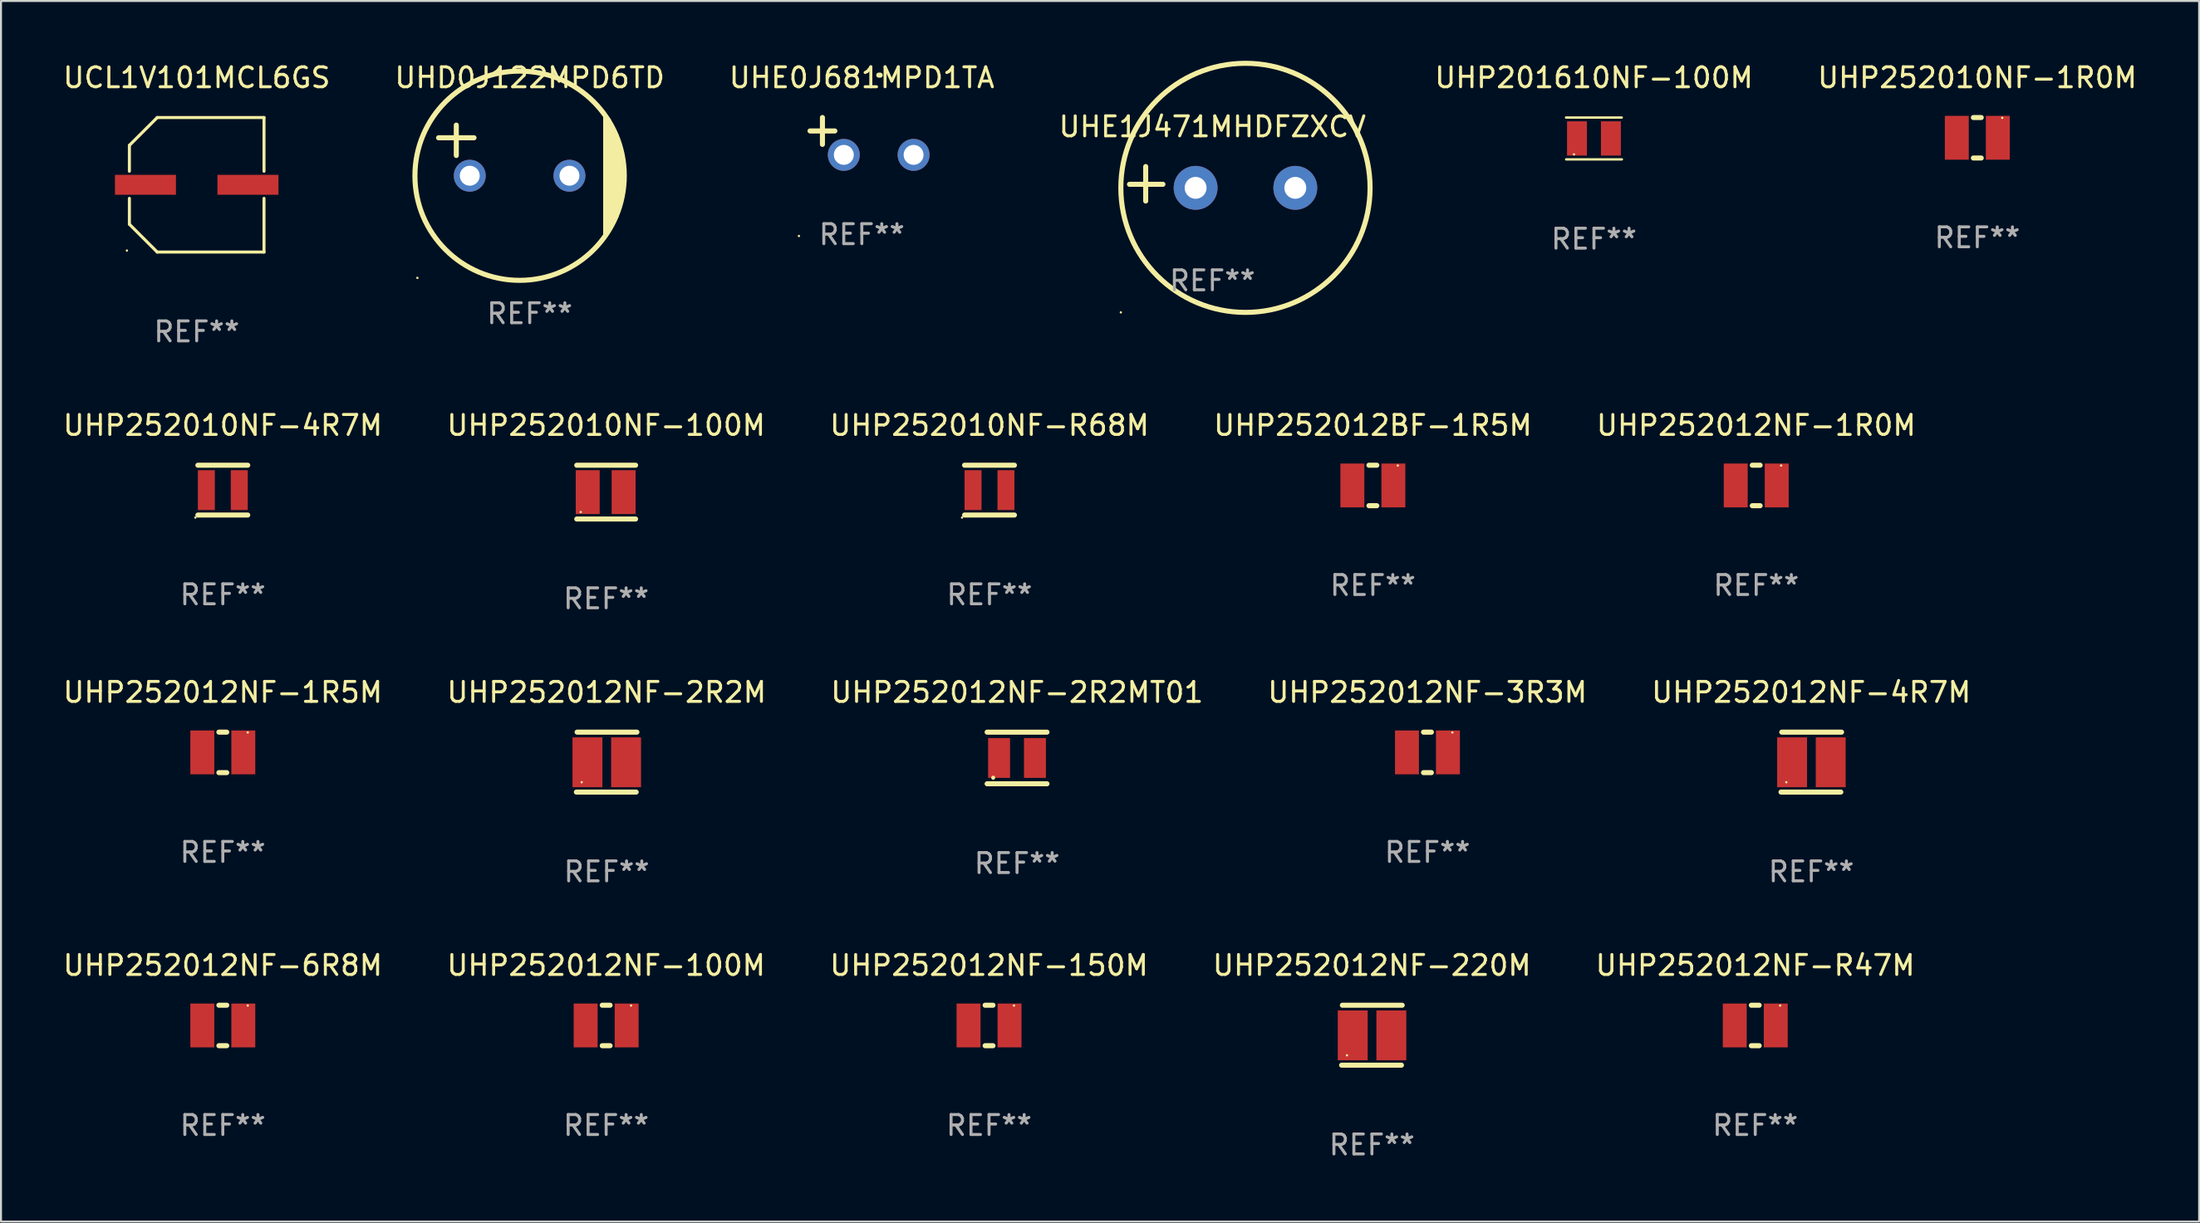
<source format=kicad_pcb>
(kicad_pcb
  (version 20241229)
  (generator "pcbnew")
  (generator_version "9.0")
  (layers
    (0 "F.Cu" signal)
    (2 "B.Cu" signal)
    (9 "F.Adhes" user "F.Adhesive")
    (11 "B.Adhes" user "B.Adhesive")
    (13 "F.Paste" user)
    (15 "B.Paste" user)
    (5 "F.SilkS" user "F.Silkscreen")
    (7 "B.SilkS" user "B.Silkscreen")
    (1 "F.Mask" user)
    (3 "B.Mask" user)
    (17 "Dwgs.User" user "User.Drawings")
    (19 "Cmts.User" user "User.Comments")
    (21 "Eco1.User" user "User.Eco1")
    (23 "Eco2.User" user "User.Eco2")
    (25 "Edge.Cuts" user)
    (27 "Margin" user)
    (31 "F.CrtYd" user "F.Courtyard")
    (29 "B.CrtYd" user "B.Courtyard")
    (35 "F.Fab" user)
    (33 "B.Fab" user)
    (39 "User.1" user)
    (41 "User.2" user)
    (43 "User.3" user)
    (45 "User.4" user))
  (footprint "UHP252012NF-1R5M"
    (layer "F.Cu")
    (at 8.125 34.709)
    (property "Reference" "UHP252012NF-1R5M" (at 0 -3.016 0) (layer "F.SilkS") (effects (font (size 1 1) (thickness 0.15))))
    (attr through_hole)
    (fp_line (start -0.197 1.016) (end 0.197 1.016) (stroke (width 0.254) (type solid)) (layer "F.SilkS"))
    (fp_line (start 0.197 -1.016) (end -0.197 -1.016) (stroke (width 0.254) (type solid)) (layer "F.SilkS"))
    (fp_circle (center 1.25 -1) (end 1.28 -1) (stroke (width 0.06) (type solid)) (fill no) (layer "F.SilkS"))
    (fp_text user "REF**" (at 0 5.016 0) (layer "F.Fab") (effects (font (size 1 1) (thickness 0.15))))
    (pad "1" smd rect (at 1.028 0) (size 1.2 2.2) (layers "F.Cu" "F.Mask" "F.Paste"))
    (pad "2" smd rect (at -1.028 0) (size 1.2 2.2) (layers "F.Cu" "F.Mask" "F.Paste")))
  (footprint "UHP252010NF-4R7M"
    (layer "F.Cu")
    (at 8.125 21.547)
    (property "Reference" "UHP252010NF-4R7M" (at 0 -3.25 0) (layer "F.SilkS") (effects (font (size 1 1) (thickness 0.15))))
    (attr through_hole)
    (fp_line (start -1.25 -1.25) (end 1.25 -1.25) (stroke (width 0.254) (type solid)) (layer "F.SilkS"))
    (fp_line (start -1.25 1.25) (end 1.25 1.25) (stroke (width 0.254) (type solid)) (layer "F.SilkS"))
    (fp_circle (center -1.377 1.377) (end -1.347 1.377) (stroke (width 0.06) (type solid)) (fill no) (layer "F.SilkS"))
    (fp_text user "REF**" (at 0 5.25 0) (layer "F.Fab") (effects (font (size 1 1) (thickness 0.15))))
    (pad "1" smd rect (at -0.825 0) (size 0.85 2) (layers "F.Cu" "F.Mask" "F.Paste"))
    (pad "2" smd rect (at 0.825 0) (size 0.85 2) (layers "F.Cu" "F.Mask" "F.Paste")))
  (footprint "UHP252010NF-100M"
    (layer "F.Cu")
    (at 27.351 21.647)
    (property "Reference" "UHP252010NF-100M" (at 0 -3.35 0) (layer "F.SilkS") (effects (font (size 1 1) (thickness 0.15))))
    (attr through_hole)
    (fp_line (start -1.475 1.35) (end 1.475 1.35) (stroke (width 0.254) (type solid)) (layer "F.SilkS"))
    (fp_line (start 1.475 -1.35) (end -1.474 -1.35) (stroke (width 0.254) (type solid)) (layer "F.SilkS"))
    (fp_circle (center -1.275 1) (end -1.245 1) (stroke (width 0.06) (type solid)) (fill no) (layer "F.SilkS"))
    (fp_text user "REF**" (at 0 5.35 0) (layer "F.Fab") (effects (font (size 1 1) (thickness 0.15))))
    (pad "1" smd rect (at -0.925 -0.000178) (size 1.2 2.2) (layers "F.Cu" "F.Mask" "F.Paste"))
    (pad "2" smd rect (at 0.875 -0.000178) (size 1.2 2.2) (layers "F.Cu" "F.Mask" "F.Paste")))
  (footprint "UHP252012NF-6R8M"
    (layer "F.Cu")
    (at 8.125 48.414)
    (property "Reference" "UHP252012NF-6R8M" (at 0 -3.016 0) (layer "F.SilkS") (effects (font (size 1 1) (thickness 0.15))))
    (attr through_hole)
    (fp_line (start -0.197 1.016) (end 0.197 1.016) (stroke (width 0.254) (type solid)) (layer "F.SilkS"))
    (fp_line (start 0.197 -1.016) (end -0.197 -1.016) (stroke (width 0.254) (type solid)) (layer "F.SilkS"))
    (fp_circle (center 1.25 -1) (end 1.28 -1) (stroke (width 0.06) (type solid)) (fill no) (layer "F.SilkS"))
    (fp_text user "REF**" (at 0 5.016 0) (layer "F.Fab") (effects (font (size 1 1) (thickness 0.15))))
    (pad "1" smd rect (at 1.028 0) (size 1.2 2.2) (layers "F.Cu" "F.Mask" "F.Paste"))
    (pad "2" smd rect (at -1.028 0) (size 1.2 2.2) (layers "F.Cu" "F.Mask" "F.Paste")))
  (footprint "UHE1J471MHDFZXCV"
    (layer "F.Cu")
    (at 57.756 6.174)
    (property "Reference" "UHE1J471MHDFZXCV" (at 0 -2.864 0) (layer "F.SilkS") (effects (font (size 1 1) (thickness 0.15))))
    (attr through_hole)
    (fp_line (start -3.346 0.864) (end -3.346 -0.864) (stroke (width 0.254) (type solid)) (layer "F.SilkS"))
    (fp_line (start -2.482 0.025) (end -4.158 0.025) (stroke (width 0.254) (type solid)) (layer "F.SilkS"))
    (fp_circle (center -4.592 6.453) (end -4.562 6.453) (stroke (width 0.06) (type solid)) (fill no) (layer "F.SilkS"))
    (fp_circle (center 1.658 0.203) (end 7.908 0.203) (stroke (width 0.254) (type solid)) (fill no) (layer "F.SilkS"))
    (fp_text user "REF**" (at 0 4.864 0) (layer "F.Fab") (effects (font (size 1 1) (thickness 0.15))))
    (pad "1" thru_hole circle (at -0.842 0.203) (size 2.2 2.2) (drill 1.1) (layers "*.Cu" "*.Mask"))
    (pad "2" thru_hole circle (at 4.158 0.203) (size 2.2 2.2) (drill 1.1) (layers "*.Cu" "*.Mask")))
  (footprint "UHP252010NF-1R0M"
    (layer "F.Cu")
    (at 96.119 3.864)
    (property "Reference" "UHP252010NF-1R0M" (at 0 -3.016 0) (layer "F.SilkS") (effects (font (size 1 1) (thickness 0.15))))
    (attr through_hole)
    (fp_line (start -0.197 1.016) (end 0.197 1.016) (stroke (width 0.254) (type solid)) (layer "F.SilkS"))
    (fp_line (start 0.197 -1.016) (end -0.197 -1.016) (stroke (width 0.254) (type solid)) (layer "F.SilkS"))
    (fp_circle (center 1.25 -1) (end 1.28 -1) (stroke (width 0.06) (type solid)) (fill no) (layer "F.SilkS"))
    (fp_text user "REF**" (at 0 5.016 0) (layer "F.Fab") (effects (font (size 1 1) (thickness 0.15))))
    (pad "1" smd rect (at 1.028 0) (size 1.2 2.2) (layers "F.Cu" "F.Mask" "F.Paste"))
    (pad "2" smd rect (at -1.028 0) (size 1.2 2.2) (layers "F.Cu" "F.Mask" "F.Paste")))
  (footprint "UHP252012NF-2R2MT01"
    (layer "F.Cu")
    (at 47.958 34.989)
    (property "Reference" "UHP252012NF-2R2MT01" (at 0 -3.295 0) (layer "F.SilkS") (effects (font (size 1 1) (thickness 0.15))))
    (attr through_hole)
    (fp_line (start -1.5 -1.295) (end 1.5 -1.295) (stroke (width 0.254) (type solid)) (layer "F.SilkS"))
    (fp_line (start -1.5 1.295) (end 1.5 1.295) (stroke (width 0.254) (type solid)) (layer "F.SilkS"))
    (fp_circle (center -1.196 0.991) (end -1.146 0.991) (stroke (width 0.1) (type solid)) (fill no) (layer "F.SilkS"))
    (fp_text user "REF**" (at 0 5.295 0) (layer "F.Fab") (effects (font (size 1 1) (thickness 0.15))))
    (pad "1" smd rect (at -0.901 0) (size 1.1 2) (layers "F.Cu" "F.Mask" "F.Paste"))
    (pad "2" smd rect (at 0.898 0) (size 1.1 2) (layers "F.Cu" "F.Mask" "F.Paste")))
  (footprint "UHP252012NF-220M"
    (layer "F.Cu")
    (at 65.756 48.902)
    (property "Reference" "UHP252012NF-220M" (at 0 -3.504 0) (layer "F.SilkS") (effects (font (size 1 1) (thickness 0.15))))
    (attr through_hole)
    (fp_line (start -1.519 1.504) (end 1.481 1.504) (stroke (width 0.254) (type solid)) (layer "F.SilkS"))
    (fp_line (start -1.481 -1.504) (end 1.519 -1.504) (stroke (width 0.254) (type solid)) (layer "F.SilkS"))
    (fp_circle (center -1.252 1.009) (end -1.222 1.009) (stroke (width 0.06) (type solid)) (fill no) (layer "F.SilkS"))
    (fp_text user "REF**" (at 0 5.504 0) (layer "F.Fab") (effects (font (size 1 1) (thickness 0.15))))
    (pad "1" smd rect (at -0.962 0.009) (size 1.5 2.5) (layers "F.Cu" "F.Mask" "F.Paste"))
    (pad "2" smd rect (at 0.975 0.009) (size 1.5 2.5) (layers "F.Cu" "F.Mask" "F.Paste")))
  (footprint "UHE0J681MPD1TA"
    (layer "F.Cu")
    (at 40.173 3.785)
    (property "Reference" "UHE0J681MPD1TA" (at 0 -2.937 0) (layer "F.SilkS") (effects (font (size 1 1) (thickness 0.15))))
    (attr through_hole)
    (fp_line (start -1.975 0.41) (end -1.975 -0.937) (stroke (width 0.254) (type solid)) (layer "F.SilkS"))
    (fp_line (start -1.353 -0.263) (end -2.597 -0.263) (stroke (width 0.254) (type solid)) (layer "F.SilkS"))
    (fp_arc (start 0.849809 -3.063957) (mid 0.885369 -3.064114) (end 0.920929 -3.063957) (stroke (width 0.254001) (type solid)) (layer "F.SilkS"))
    (fp_circle (center -3.154 5.008) (end -3.124 5.008) (stroke (width 0.06) (type solid)) (fill no) (layer "F.SilkS"))
    (fp_text user "REF**" (at 0 4.937 0) (layer "F.Fab") (effects (font (size 1 1) (thickness 0.15))))
    (pad "1" thru_hole circle (at -0.903 0.937) (size 1.6 1.6) (drill 1) (layers "*.Cu" "*.Mask"))
    (pad "2" thru_hole circle (at 2.597 0.937) (size 1.6 1.6) (drill 1) (layers "*.Cu" "*.Mask")))
  (footprint "UHP252012NF-4R7M"
    (layer "F.Cu")
    (at 87.792 35.197)
    (property "Reference" "UHP252012NF-4R7M" (at 0 -3.504 0) (layer "F.SilkS") (effects (font (size 1 1) (thickness 0.15))))
    (attr through_hole)
    (fp_line (start -1.519 1.504) (end 1.481 1.504) (stroke (width 0.254) (type solid)) (layer "F.SilkS"))
    (fp_line (start -1.481 -1.504) (end 1.519 -1.504) (stroke (width 0.254) (type solid)) (layer "F.SilkS"))
    (fp_circle (center -1.252 1.009) (end -1.222 1.009) (stroke (width 0.06) (type solid)) (fill no) (layer "F.SilkS"))
    (fp_text user "REF**" (at 0 5.504 0) (layer "F.Fab") (effects (font (size 1 1) (thickness 0.15))))
    (pad "1" smd rect (at -0.962 0.009) (size 1.5 2.5) (layers "F.Cu" "F.Mask" "F.Paste"))
    (pad "2" smd rect (at 0.975 0.009) (size 1.5 2.5) (layers "F.Cu" "F.Mask" "F.Paste")))
  (footprint "UCL1V101MCL6GS"
    (layer "F.Cu")
    (at 6.815 6.224)
    (property "Reference" "UCL1V101MCL6GS" (at 0 -5.376 0) (layer "F.SilkS") (effects (font (size 1 1) (thickness 0.15))))
    (attr through_hole)
    (fp_line (start -3.376 -1.98) (end -3.376 -0.68) (stroke (width 0.152) (type solid)) (layer "F.SilkS"))
    (fp_line (start -3.376 -1.98) (end -1.98 -3.376) (stroke (width 0.152) (type solid)) (layer "F.SilkS"))
    (fp_line (start -3.376 0.68) (end -3.376 1.98) (stroke (width 0.152) (type solid)) (layer "F.SilkS"))
    (fp_line (start -3.376 1.98) (end -1.98 3.376) (stroke (width 0.152) (type solid)) (layer "F.SilkS"))
    (fp_line (start -1.98 -3.376) (end 3.376 -3.376) (stroke (width 0.152) (type solid)) (layer "F.SilkS"))
    (fp_line (start -1.98 3.376) (end 3.376 3.376) (stroke (width 0.152) (type solid)) (layer "F.SilkS"))
    (fp_line (start 3.376 -3.376) (end 3.376 -0.68) (stroke (width 0.152) (type solid)) (layer "F.SilkS"))
    (fp_line (start 3.376 0.68) (end 3.376 3.376) (stroke (width 0.152) (type solid)) (layer "F.SilkS"))
    (fp_circle (center -3.501 3.3) (end -3.471 3.3) (stroke (width 0.06) (type solid)) (fill no) (layer "F.SilkS"))
    (fp_text user "REF**" (at 0 7.376 0) (layer "F.Fab") (effects (font (size 1 1) (thickness 0.15))))
    (pad "1" smd rect (at -2.57 0.000013) (size 3.06 1) (layers "F.Cu" "F.Mask" "F.Paste"))
    (pad "2" smd rect (at 2.57 0.000013) (size 3.06 1) (layers "F.Cu" "F.Mask" "F.Paste")))
  (footprint "UHP201610NF-100M"
    (layer "F.Cu")
    (at 76.892 3.898)
    (property "Reference" "UHP201610NF-100M" (at 0 -3.05 0) (layer "F.SilkS") (effects (font (size 1 1) (thickness 0.15))))
    (attr through_hole)
    (fp_line (start -1.4 -1.05) (end 1.394 -1.05) (stroke (width 0.12) (type solid)) (layer "F.SilkS"))
    (fp_line (start 1.4 1.05) (end -1.394 1.05) (stroke (width 0.12) (type solid)) (layer "F.SilkS"))
    (fp_circle (center -1 0.8) (end -0.97 0.8) (stroke (width 0.06) (type solid)) (fill no) (layer "F.SilkS"))
    (fp_text user "REF**" (at 0 5.05 0) (layer "F.Fab") (effects (font (size 1 1) (thickness 0.15))))
    (pad "1" smd rect (at -0.85 0.000013) (size 1 1.72) (layers "F.Cu" "F.Mask" "F.Paste"))
    (pad "2" smd rect (at 0.85 0.000013) (size 1 1.72) (layers "F.Cu" "F.Mask" "F.Paste")))
  (footprint "UHD0J122MPD6TD"
    (layer "F.Cu")
    (at 23.518 5.769)
    (property "Reference" "UHD0J122MPD6TD" (at 0 -4.921 0) (layer "F.SilkS") (effects (font (size 1 1) (thickness 0.15))))
    (attr through_hole)
    (fp_line (start -4.572 -1.905) (end -2.794 -1.905) (stroke (width 0.254) (type solid)) (layer "F.SilkS"))
    (fp_line (start -3.683 -2.54) (end -3.683 -1.016) (stroke (width 0.254) (type solid)) (layer "F.SilkS"))
    (fp_line (start 3.81 -2.921) (end 3.81 2.921) (stroke (width 0.254) (type solid)) (layer "F.SilkS"))
    (fp_line (start 3.937 -2.794) (end 3.937 2.667) (stroke (width 0.254) (type solid)) (layer "F.SilkS"))
    (fp_line (start 4.064 -2.54) (end 4.064 2.413) (stroke (width 0.254) (type solid)) (layer "F.SilkS"))
    (fp_line (start 4.191 -2.286) (end 4.191 2.286) (stroke (width 0.254) (type solid)) (layer "F.SilkS"))
    (fp_line (start 4.318 -2.032) (end 4.318 2.032) (stroke (width 0.254) (type solid)) (layer "F.SilkS"))
    (fp_line (start 4.445 -1.524) (end 4.445 1.651) (stroke (width 0.254) (type solid)) (layer "F.SilkS"))
    (fp_line (start 4.572 0.762) (end 4.572 -0.722) (stroke (width 0.254) (type solid)) (layer "F.SilkS"))
    (fp_circle (center -5.635 5.127) (end -5.605 5.127) (stroke (width 0.06) (type solid)) (fill no) (layer "F.SilkS"))
    (fp_circle (center -0.508 0) (end 4.742 0) (stroke (width 0.254) (type solid)) (fill no) (layer "F.SilkS"))
    (fp_text user "REF**" (at 0 6.921 0) (layer "F.Fab") (effects (font (size 1 1) (thickness 0.15))))
    (pad "1" thru_hole circle (at -3.008 0) (size 1.6 1.6) (drill 1) (layers "*.Cu" "*.Mask"))
    (pad "2" thru_hole circle (at 1.992 0) (size 1.6 1.6) (drill 1) (layers "*.Cu" "*.Mask")))
  (footprint "UHP252012BF-1R5M"
    (layer "F.Cu")
    (at 65.804 21.313)
    (property "Reference" "UHP252012BF-1R5M" (at 0 -3.016 0) (layer "F.SilkS") (effects (font (size 1 1) (thickness 0.15))))
    (attr through_hole)
    (fp_line (start -0.197 1.016) (end 0.197 1.016) (stroke (width 0.254) (type solid)) (layer "F.SilkS"))
    (fp_line (start 0.197 -1.016) (end -0.197 -1.016) (stroke (width 0.254) (type solid)) (layer "F.SilkS"))
    (fp_circle (center 1.25 -1) (end 1.28 -1) (stroke (width 0.06) (type solid)) (fill no) (layer "F.SilkS"))
    (fp_text user "REF**" (at 0 5.016 0) (layer "F.Fab") (effects (font (size 1 1) (thickness 0.15))))
    (pad "1" smd rect (at 1.028 0) (size 1.2 2.2) (layers "F.Cu" "F.Mask" "F.Paste"))
    (pad "2" smd rect (at -1.028 0) (size 1.2 2.2) (layers "F.Cu" "F.Mask" "F.Paste")))
  (footprint "UHP252012NF-100M"
    (layer "F.Cu")
    (at 27.351 48.414)
    (property "Reference" "UHP252012NF-100M" (at 0 -3.016 0) (layer "F.SilkS") (effects (font (size 1 1) (thickness 0.15))))
    (attr through_hole)
    (fp_line (start -0.197 1.016) (end 0.197 1.016) (stroke (width 0.254) (type solid)) (layer "F.SilkS"))
    (fp_line (start 0.197 -1.016) (end -0.197 -1.016) (stroke (width 0.254) (type solid)) (layer "F.SilkS"))
    (fp_circle (center 1.25 -1) (end 1.28 -1) (stroke (width 0.06) (type solid)) (fill no) (layer "F.SilkS"))
    (fp_text user "REF**" (at 0 5.016 0) (layer "F.Fab") (effects (font (size 1 1) (thickness 0.15))))
    (pad "1" smd rect (at 1.028 0) (size 1.2 2.2) (layers "F.Cu" "F.Mask" "F.Paste"))
    (pad "2" smd rect (at -1.028 0) (size 1.2 2.2) (layers "F.Cu" "F.Mask" "F.Paste")))
  (footprint "UHP252010NF-R68M"
    (layer "F.Cu")
    (at 46.577 21.547)
    (property "Reference" "UHP252010NF-R68M" (at 0 -3.25 0) (layer "F.SilkS") (effects (font (size 1 1) (thickness 0.15))))
    (attr through_hole)
    (fp_line (start -1.25 -1.25) (end 1.25 -1.25) (stroke (width 0.254) (type solid)) (layer "F.SilkS"))
    (fp_line (start -1.25 1.25) (end 1.25 1.25) (stroke (width 0.254) (type solid)) (layer "F.SilkS"))
    (fp_circle (center -1.377 1.377) (end -1.347 1.377) (stroke (width 0.06) (type solid)) (fill no) (layer "F.SilkS"))
    (fp_text user "REF**" (at 0 5.25 0) (layer "F.Fab") (effects (font (size 1 1) (thickness 0.15))))
    (pad "1" smd rect (at -0.825 0) (size 0.85 2) (layers "F.Cu" "F.Mask" "F.Paste"))
    (pad "2" smd rect (at 0.825 0) (size 0.85 2) (layers "F.Cu" "F.Mask" "F.Paste")))
  (footprint "UHP252012NF-3R3M"
    (layer "F.Cu")
    (at 68.542 34.709)
    (property "Reference" "UHP252012NF-3R3M" (at 0 -3.016 0) (layer "F.SilkS") (effects (font (size 1 1) (thickness 0.15))))
    (attr through_hole)
    (fp_line (start -0.197 1.016) (end 0.197 1.016) (stroke (width 0.254) (type solid)) (layer "F.SilkS"))
    (fp_line (start 0.197 -1.016) (end -0.197 -1.016) (stroke (width 0.254) (type solid)) (layer "F.SilkS"))
    (fp_circle (center 1.25 -1) (end 1.28 -1) (stroke (width 0.06) (type solid)) (fill no) (layer "F.SilkS"))
    (fp_text user "REF**" (at 0 5.016 0) (layer "F.Fab") (effects (font (size 1 1) (thickness 0.15))))
    (pad "1" smd rect (at 1.028 0) (size 1.2 2.2) (layers "F.Cu" "F.Mask" "F.Paste"))
    (pad "2" smd rect (at -1.028 0) (size 1.2 2.2) (layers "F.Cu" "F.Mask" "F.Paste")))
  (footprint "UHP252012NF-150M"
    (layer "F.Cu")
    (at 46.554 48.414)
    (property "Reference" "UHP252012NF-150M" (at 0 -3.016 0) (layer "F.SilkS") (effects (font (size 1 1) (thickness 0.15))))
    (attr through_hole)
    (fp_line (start -0.197 1.016) (end 0.197 1.016) (stroke (width 0.254) (type solid)) (layer "F.SilkS"))
    (fp_line (start 0.197 -1.016) (end -0.197 -1.016) (stroke (width 0.254) (type solid)) (layer "F.SilkS"))
    (fp_circle (center 1.25 -1) (end 1.28 -1) (stroke (width 0.06) (type solid)) (fill no) (layer "F.SilkS"))
    (fp_text user "REF**" (at 0 5.016 0) (layer "F.Fab") (effects (font (size 1 1) (thickness 0.15))))
    (pad "1" smd rect (at 1.028 0) (size 1.2 2.2) (layers "F.Cu" "F.Mask" "F.Paste"))
    (pad "2" smd rect (at -1.028 0) (size 1.2 2.2) (layers "F.Cu" "F.Mask" "F.Paste")))
  (footprint "UHP252012NF-1R0M"
    (layer "F.Cu")
    (at 85.03 21.313)
    (property "Reference" "UHP252012NF-1R0M" (at 0 -3.016 0) (layer "F.SilkS") (effects (font (size 1 1) (thickness 0.15))))
    (attr through_hole)
    (fp_line (start -0.197 1.016) (end 0.197 1.016) (stroke (width 0.254) (type solid)) (layer "F.SilkS"))
    (fp_line (start 0.197 -1.016) (end -0.197 -1.016) (stroke (width 0.254) (type solid)) (layer "F.SilkS"))
    (fp_circle (center 1.25 -1) (end 1.28 -1) (stroke (width 0.06) (type solid)) (fill no) (layer "F.SilkS"))
    (fp_text user "REF**" (at 0 5.016 0) (layer "F.Fab") (effects (font (size 1 1) (thickness 0.15))))
    (pad "1" smd rect (at 1.028 0) (size 1.2 2.2) (layers "F.Cu" "F.Mask" "F.Paste"))
    (pad "2" smd rect (at -1.028 0) (size 1.2 2.2) (layers "F.Cu" "F.Mask" "F.Paste")))
  (footprint "UHP252012NF-R47M"
    (layer "F.Cu")
    (at 84.982 48.414)
    (property "Reference" "UHP252012NF-R47M" (at 0 -3.016 0) (layer "F.SilkS") (effects (font (size 1 1) (thickness 0.15))))
    (attr through_hole)
    (fp_line (start -0.197 1.016) (end 0.197 1.016) (stroke (width 0.254) (type solid)) (layer "F.SilkS"))
    (fp_line (start 0.197 -1.016) (end -0.197 -1.016) (stroke (width 0.254) (type solid)) (layer "F.SilkS"))
    (fp_circle (center 1.25 -1) (end 1.28 -1) (stroke (width 0.06) (type solid)) (fill no) (layer "F.SilkS"))
    (fp_text user "REF**" (at 0 5.016 0) (layer "F.Fab") (effects (font (size 1 1) (thickness 0.15))))
    (pad "1" smd rect (at 1.028 0) (size 1.2 2.2) (layers "F.Cu" "F.Mask" "F.Paste"))
    (pad "2" smd rect (at -1.028 0) (size 1.2 2.2) (layers "F.Cu" "F.Mask" "F.Paste")))
  (footprint "UHP252012NF-2R2M"
    (layer "F.Cu")
    (at 27.375 35.197)
    (property "Reference" "UHP252012NF-2R2M" (at 0 -3.504 0) (layer "F.SilkS") (effects (font (size 1 1) (thickness 0.15))))
    (attr through_hole)
    (fp_line (start -1.519 1.504) (end 1.481 1.504) (stroke (width 0.254) (type solid)) (layer "F.SilkS"))
    (fp_line (start -1.481 -1.504) (end 1.519 -1.504) (stroke (width 0.254) (type solid)) (layer "F.SilkS"))
    (fp_circle (center -1.252 1.009) (end -1.222 1.009) (stroke (width 0.06) (type solid)) (fill no) (layer "F.SilkS"))
    (fp_text user "REF**" (at 0 5.504 0) (layer "F.Fab") (effects (font (size 1 1) (thickness 0.15))))
    (pad "1" smd rect (at -0.962 0.009) (size 1.5 2.5) (layers "F.Cu" "F.Mask" "F.Paste"))
    (pad "2" smd rect (at 0.975 0.009) (size 1.5 2.5) (layers "F.Cu" "F.Mask" "F.Paste")))
  (gr_rect
    (start -3 -3)
    (end 107.244 58.254)
    (stroke (width 0.1) (type default))
    (fill no)
    (layer "Edge.Cuts")))
</source>
